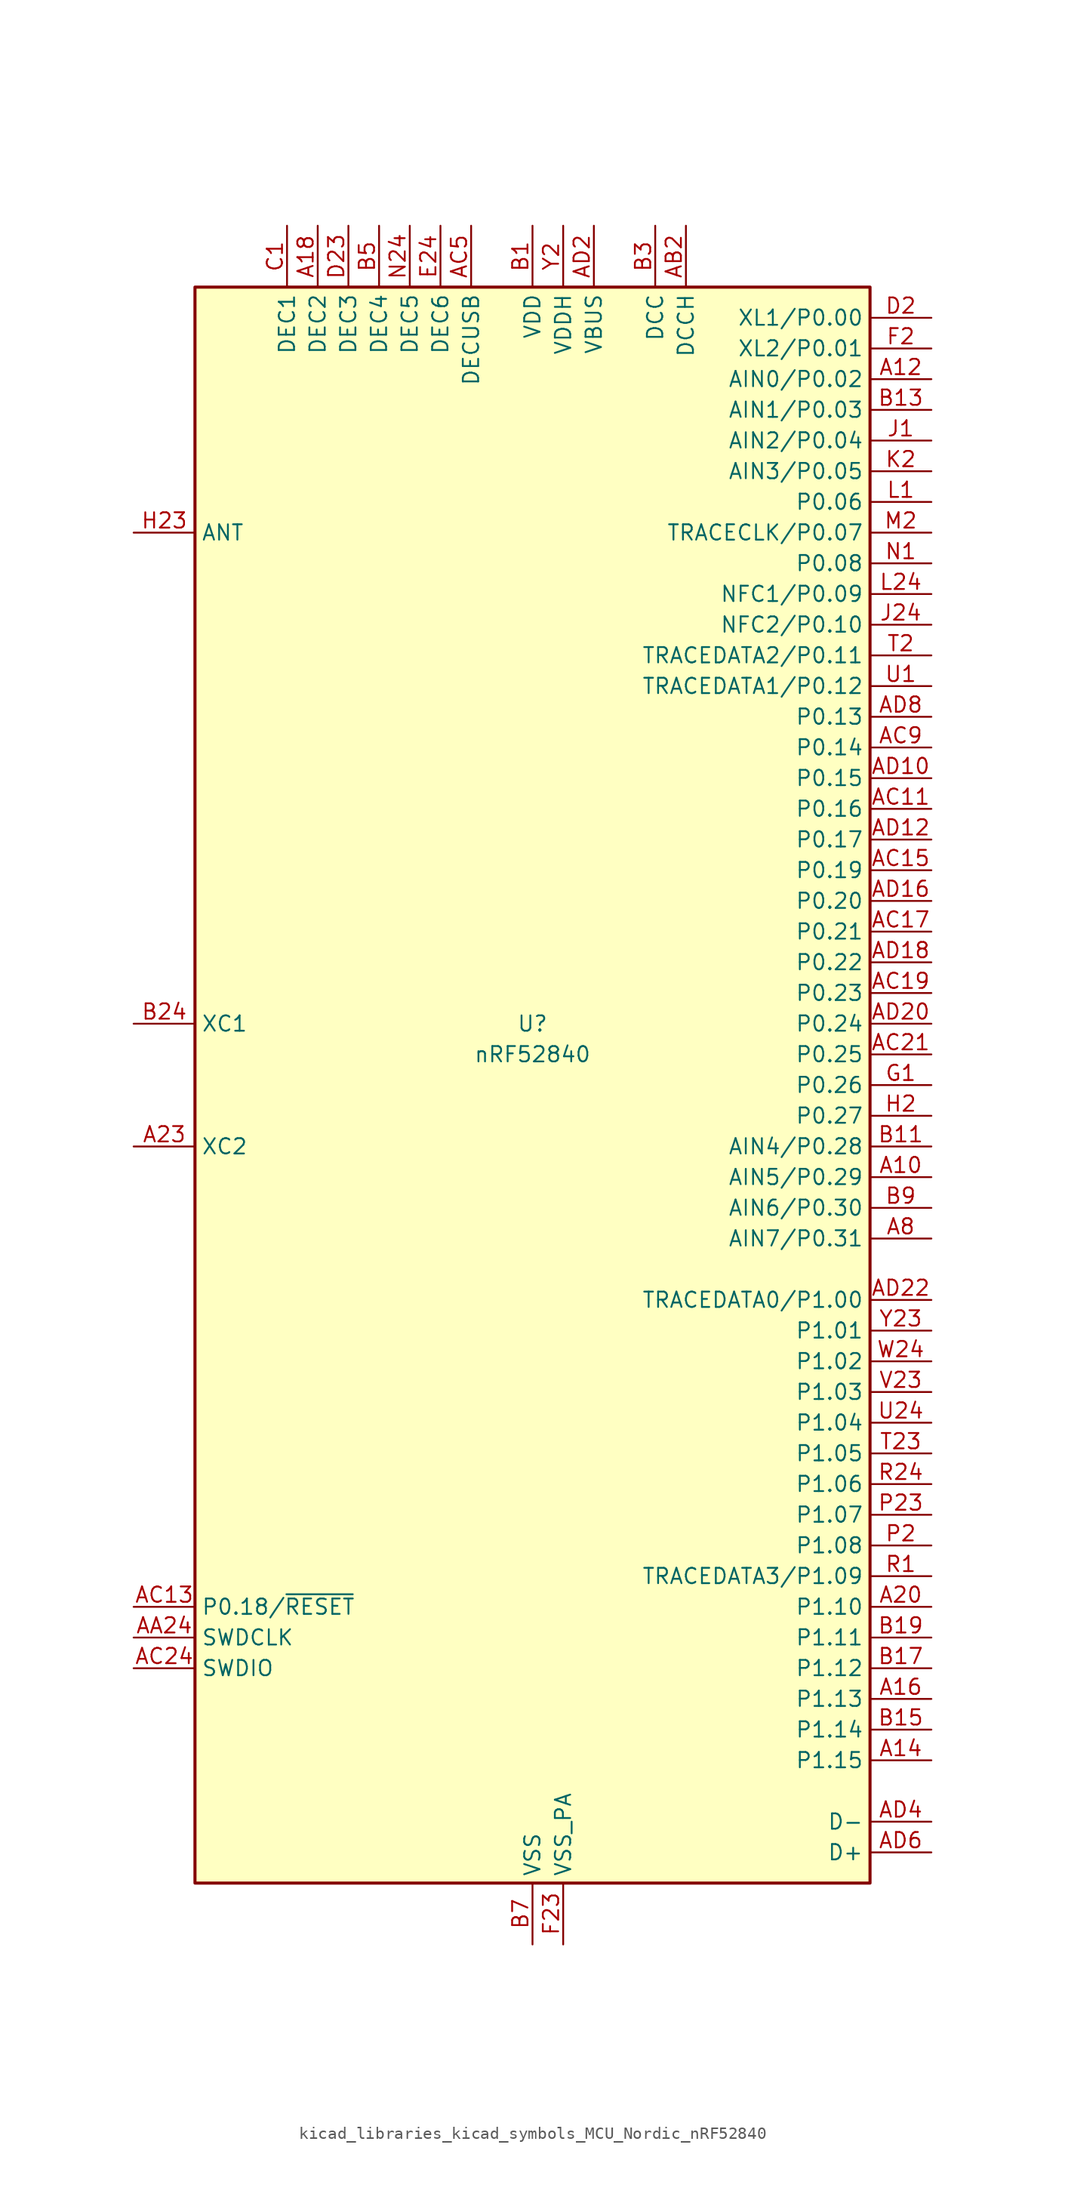
<source format=kicad_sym>
(kicad_symbol_lib
  (version 20220914)
  (generator kicad_symbol_editor)
  (symbol "kicad_libraries_kicad_symbols_MCU_Nordic_nRF52840"
    (property "Reference" "U"
      (at 0 5.08 0)
      (effects (font (size 1.27 1.27))))
    (property "Value" "nRF52840"
      (at 0 2.54 0)
      (effects (font (size 1.27 1.27))))
    (symbol "kicad_libraries_kicad_symbols_MCU_Nordic_nRF52840_0_1"
      (rectangle (start -27.94 66.04) (end 27.94 -66.04) (stroke (width 0.254) (type default)) (fill (type background))))
    (symbol "kicad_libraries_kicad_symbols_MCU_Nordic_nRF52840_1_1"
      (pin bidirectional line (at 33.02 -7.62 180) (length 5.08) (name "AIN5/P0.29" (effects (font (size 1.27 1.27)))) (number "A10" (effects (font (size 1.27 1.27)))))
      (pin bidirectional line (at 33.02 58.42 180) (length 5.08) (name "AIN0/P0.02" (effects (font (size 1.27 1.27)))) (number "A12" (effects (font (size 1.27 1.27)))))
      (pin bidirectional line (at 33.02 -55.88 180) (length 5.08) (name "P1.15" (effects (font (size 1.27 1.27)))) (number "A14" (effects (font (size 1.27 1.27)))))
      (pin bidirectional line (at 33.02 -50.8 180) (length 5.08) (name "P1.13" (effects (font (size 1.27 1.27)))) (number "A16" (effects (font (size 1.27 1.27)))))
      (pin passive line (at -17.78 71.12 270) (length 5.08) (name "DEC2" (effects (font (size 1.27 1.27)))) (number "A18" (effects (font (size 1.27 1.27)))))
      (pin bidirectional line (at 33.02 -43.18 180) (length 5.08) (name "P1.10" (effects (font (size 1.27 1.27)))) (number "A20" (effects (font (size 1.27 1.27)))))
      (pin passive line (at 0 71.12 270) (length 5.08) hide (name "VDD" (effects (font (size 1.27 1.27)))) (number "A22" (effects (font (size 1.27 1.27)))))
      (pin input line (at -33.02 -5.08 0) (length 5.08) (name "XC2" (effects (font (size 1.27 1.27)))) (number "A23" (effects (font (size 1.27 1.27)))))
      (pin bidirectional line (at 33.02 -12.7 180) (length 5.08) (name "AIN7/P0.31" (effects (font (size 1.27 1.27)))) (number "A8" (effects (font (size 1.27 1.27)))))
      (pin input line (at -33.02 -45.72 0) (length 5.08) (name "SWDCLK" (effects (font (size 1.27 1.27)))) (number "AA24" (effects (font (size 1.27 1.27)))))
      (pin power_out line (at 12.7 71.12 270) (length 5.08) (name "DCCH" (effects (font (size 1.27 1.27)))) (number "AB2" (effects (font (size 1.27 1.27)))))
      (pin bidirectional line (at 33.02 22.86 180) (length 5.08) (name "P0.16" (effects (font (size 1.27 1.27)))) (number "AC11" (effects (font (size 1.27 1.27)))))
      (pin bidirectional line (at -33.02 -43.18 0) (length 5.08) (name "P0.18/~{RESET}" (effects (font (size 1.27 1.27)))) (number "AC13" (effects (font (size 1.27 1.27)))))
      (pin bidirectional line (at 33.02 17.78 180) (length 5.08) (name "P0.19" (effects (font (size 1.27 1.27)))) (number "AC15" (effects (font (size 1.27 1.27)))))
      (pin bidirectional line (at 33.02 12.7 180) (length 5.08) (name "P0.21" (effects (font (size 1.27 1.27)))) (number "AC17" (effects (font (size 1.27 1.27)))))
      (pin bidirectional line (at 33.02 7.62 180) (length 5.08) (name "P0.23" (effects (font (size 1.27 1.27)))) (number "AC19" (effects (font (size 1.27 1.27)))))
      (pin bidirectional line (at 33.02 2.54 180) (length 5.08) (name "P0.25" (effects (font (size 1.27 1.27)))) (number "AC21" (effects (font (size 1.27 1.27)))))
      (pin bidirectional line (at -33.02 -48.26 0) (length 5.08) (name "SWDIO" (effects (font (size 1.27 1.27)))) (number "AC24" (effects (font (size 1.27 1.27)))))
      (pin passive line (at -5.08 71.12 270) (length 5.08) (name "DECUSB" (effects (font (size 1.27 1.27)))) (number "AC5" (effects (font (size 1.27 1.27)))))
      (pin bidirectional line (at 33.02 27.94 180) (length 5.08) (name "P0.14" (effects (font (size 1.27 1.27)))) (number "AC9" (effects (font (size 1.27 1.27)))))
      (pin bidirectional line (at 33.02 25.4 180) (length 5.08) (name "P0.15" (effects (font (size 1.27 1.27)))) (number "AD10" (effects (font (size 1.27 1.27)))))
      (pin bidirectional line (at 33.02 20.32 180) (length 5.08) (name "P0.17" (effects (font (size 1.27 1.27)))) (number "AD12" (effects (font (size 1.27 1.27)))))
      (pin passive line (at 0 71.12 270) (length 5.08) hide (name "VDD" (effects (font (size 1.27 1.27)))) (number "AD14" (effects (font (size 1.27 1.27)))))
      (pin bidirectional line (at 33.02 15.24 180) (length 5.08) (name "P0.20" (effects (font (size 1.27 1.27)))) (number "AD16" (effects (font (size 1.27 1.27)))))
      (pin bidirectional line (at 33.02 10.16 180) (length 5.08) (name "P0.22" (effects (font (size 1.27 1.27)))) (number "AD18" (effects (font (size 1.27 1.27)))))
      (pin power_in line (at 5.08 71.12 270) (length 5.08) (name "VBUS" (effects (font (size 1.27 1.27)))) (number "AD2" (effects (font (size 1.27 1.27)))))
      (pin bidirectional line (at 33.02 5.08 180) (length 5.08) (name "P0.24" (effects (font (size 1.27 1.27)))) (number "AD20" (effects (font (size 1.27 1.27)))))
      (pin bidirectional line (at 33.02 -17.78 180) (length 5.08) (name "TRACEDATA0/P1.00" (effects (font (size 1.27 1.27)))) (number "AD22" (effects (font (size 1.27 1.27)))))
      (pin passive line (at 0 71.12 270) (length 5.08) hide (name "VDD" (effects (font (size 1.27 1.27)))) (number "AD23" (effects (font (size 1.27 1.27)))))
      (pin bidirectional line (at 33.02 -60.96 180) (length 5.08) (name "D-" (effects (font (size 1.27 1.27)))) (number "AD4" (effects (font (size 1.27 1.27)))))
      (pin bidirectional line (at 33.02 -63.5 180) (length 5.08) (name "D+" (effects (font (size 1.27 1.27)))) (number "AD6" (effects (font (size 1.27 1.27)))))
      (pin bidirectional line (at 33.02 30.48 180) (length 5.08) (name "P0.13" (effects (font (size 1.27 1.27)))) (number "AD8" (effects (font (size 1.27 1.27)))))
      (pin power_in line (at 0 71.12 270) (length 5.08) (name "VDD" (effects (font (size 1.27 1.27)))) (number "B1" (effects (font (size 1.27 1.27)))))
      (pin bidirectional line (at 33.02 -5.08 180) (length 5.08) (name "AIN4/P0.28" (effects (font (size 1.27 1.27)))) (number "B11" (effects (font (size 1.27 1.27)))))
      (pin bidirectional line (at 33.02 55.88 180) (length 5.08) (name "AIN1/P0.03" (effects (font (size 1.27 1.27)))) (number "B13" (effects (font (size 1.27 1.27)))))
      (pin bidirectional line (at 33.02 -53.34 180) (length 5.08) (name "P1.14" (effects (font (size 1.27 1.27)))) (number "B15" (effects (font (size 1.27 1.27)))))
      (pin bidirectional line (at 33.02 -48.26 180) (length 5.08) (name "P1.12" (effects (font (size 1.27 1.27)))) (number "B17" (effects (font (size 1.27 1.27)))))
      (pin bidirectional line (at 33.02 -45.72 180) (length 5.08) (name "P1.11" (effects (font (size 1.27 1.27)))) (number "B19" (effects (font (size 1.27 1.27)))))
      (pin input line (at -33.02 5.08 0) (length 5.08) (name "XC1" (effects (font (size 1.27 1.27)))) (number "B24" (effects (font (size 1.27 1.27)))))
      (pin power_out line (at 10.16 71.12 270) (length 5.08) (name "DCC" (effects (font (size 1.27 1.27)))) (number "B3" (effects (font (size 1.27 1.27)))))
      (pin passive line (at -12.7 71.12 270) (length 5.08) (name "DEC4" (effects (font (size 1.27 1.27)))) (number "B5" (effects (font (size 1.27 1.27)))))
      (pin power_in line (at 0 -71.12 90) (length 5.08) (name "VSS" (effects (font (size 1.27 1.27)))) (number "B7" (effects (font (size 1.27 1.27)))))
      (pin bidirectional line (at 33.02 -10.16 180) (length 5.08) (name "AIN6/P0.30" (effects (font (size 1.27 1.27)))) (number "B9" (effects (font (size 1.27 1.27)))))
      (pin passive line (at -20.32 71.12 270) (length 5.08) (name "DEC1" (effects (font (size 1.27 1.27)))) (number "C1" (effects (font (size 1.27 1.27)))))
      (pin bidirectional line (at 33.02 63.5 180) (length 5.08) (name "XL1/P0.00" (effects (font (size 1.27 1.27)))) (number "D2" (effects (font (size 1.27 1.27)))))
      (pin passive line (at -15.24 71.12 270) (length 5.08) (name "DEC3" (effects (font (size 1.27 1.27)))) (number "D23" (effects (font (size 1.27 1.27)))))
      (pin passive line (at -7.62 71.12 270) (length 5.08) (name "DEC6" (effects (font (size 1.27 1.27)))) (number "E24" (effects (font (size 1.27 1.27)))))
      (pin passive line (at 0 -71.12 90) (length 5.08) hide (name "VSS" (effects (font (size 1.27 1.27)))) (number "EP" (effects (font (size 1.27 1.27)))))
      (pin bidirectional line (at 33.02 60.96 180) (length 5.08) (name "XL2/P0.01" (effects (font (size 1.27 1.27)))) (number "F2" (effects (font (size 1.27 1.27)))))
      (pin power_in line (at 2.54 -71.12 90) (length 5.08) (name "VSS_PA" (effects (font (size 1.27 1.27)))) (number "F23" (effects (font (size 1.27 1.27)))))
      (pin bidirectional line (at 33.02 0 180) (length 5.08) (name "P0.26" (effects (font (size 1.27 1.27)))) (number "G1" (effects (font (size 1.27 1.27)))))
      (pin bidirectional line (at 33.02 -2.54 180) (length 5.08) (name "P0.27" (effects (font (size 1.27 1.27)))) (number "H2" (effects (font (size 1.27 1.27)))))
      (pin passive line (at -33.02 45.72 0) (length 5.08) (name "ANT" (effects (font (size 1.27 1.27)))) (number "H23" (effects (font (size 1.27 1.27)))))
      (pin bidirectional line (at 33.02 53.34 180) (length 5.08) (name "AIN2/P0.04" (effects (font (size 1.27 1.27)))) (number "J1" (effects (font (size 1.27 1.27)))))
      (pin bidirectional line (at 33.02 38.1 180) (length 5.08) (name "NFC2/P0.10" (effects (font (size 1.27 1.27)))) (number "J24" (effects (font (size 1.27 1.27)))))
      (pin bidirectional line (at 33.02 50.8 180) (length 5.08) (name "AIN3/P0.05" (effects (font (size 1.27 1.27)))) (number "K2" (effects (font (size 1.27 1.27)))))
      (pin bidirectional line (at 33.02 48.26 180) (length 5.08) (name "P0.06" (effects (font (size 1.27 1.27)))) (number "L1" (effects (font (size 1.27 1.27)))))
      (pin bidirectional line (at 33.02 40.64 180) (length 5.08) (name "NFC1/P0.09" (effects (font (size 1.27 1.27)))) (number "L24" (effects (font (size 1.27 1.27)))))
      (pin bidirectional line (at 33.02 45.72 180) (length 5.08) (name "TRACECLK/P0.07" (effects (font (size 1.27 1.27)))) (number "M2" (effects (font (size 1.27 1.27)))))
      (pin bidirectional line (at 33.02 43.18 180) (length 5.08) (name "P0.08" (effects (font (size 1.27 1.27)))) (number "N1" (effects (font (size 1.27 1.27)))))
      (pin passive line (at -10.16 71.12 270) (length 5.08) (name "DEC5" (effects (font (size 1.27 1.27)))) (number "N24" (effects (font (size 1.27 1.27)))))
      (pin bidirectional line (at 33.02 -38.1 180) (length 5.08) (name "P1.08" (effects (font (size 1.27 1.27)))) (number "P2" (effects (font (size 1.27 1.27)))))
      (pin bidirectional line (at 33.02 -35.56 180) (length 5.08) (name "P1.07" (effects (font (size 1.27 1.27)))) (number "P23" (effects (font (size 1.27 1.27)))))
      (pin bidirectional line (at 33.02 -40.64 180) (length 5.08) (name "TRACEDATA3/P1.09" (effects (font (size 1.27 1.27)))) (number "R1" (effects (font (size 1.27 1.27)))))
      (pin bidirectional line (at 33.02 -33.02 180) (length 5.08) (name "P1.06" (effects (font (size 1.27 1.27)))) (number "R24" (effects (font (size 1.27 1.27)))))
      (pin bidirectional line (at 33.02 35.56 180) (length 5.08) (name "TRACEDATA2/P0.11" (effects (font (size 1.27 1.27)))) (number "T2" (effects (font (size 1.27 1.27)))))
      (pin bidirectional line (at 33.02 -30.48 180) (length 5.08) (name "P1.05" (effects (font (size 1.27 1.27)))) (number "T23" (effects (font (size 1.27 1.27)))))
      (pin bidirectional line (at 33.02 33.02 180) (length 5.08) (name "TRACEDATA1/P0.12" (effects (font (size 1.27 1.27)))) (number "U1" (effects (font (size 1.27 1.27)))))
      (pin bidirectional line (at 33.02 -27.94 180) (length 5.08) (name "P1.04" (effects (font (size 1.27 1.27)))) (number "U24" (effects (font (size 1.27 1.27)))))
      (pin bidirectional line (at 33.02 -25.4 180) (length 5.08) (name "P1.03" (effects (font (size 1.27 1.27)))) (number "V23" (effects (font (size 1.27 1.27)))))
      (pin passive line (at 0 71.12 270) (length 5.08) hide (name "VDD" (effects (font (size 1.27 1.27)))) (number "W1" (effects (font (size 1.27 1.27)))))
      (pin bidirectional line (at 33.02 -22.86 180) (length 5.08) (name "P1.02" (effects (font (size 1.27 1.27)))) (number "W24" (effects (font (size 1.27 1.27)))))
      (pin power_in line (at 2.54 71.12 270) (length 5.08) (name "VDDH" (effects (font (size 1.27 1.27)))) (number "Y2" (effects (font (size 1.27 1.27)))))
      (pin bidirectional line (at 33.02 -20.32 180) (length 5.08) (name "P1.01" (effects (font (size 1.27 1.27)))) (number "Y23" (effects (font (size 1.27 1.27))))))))
</source>
